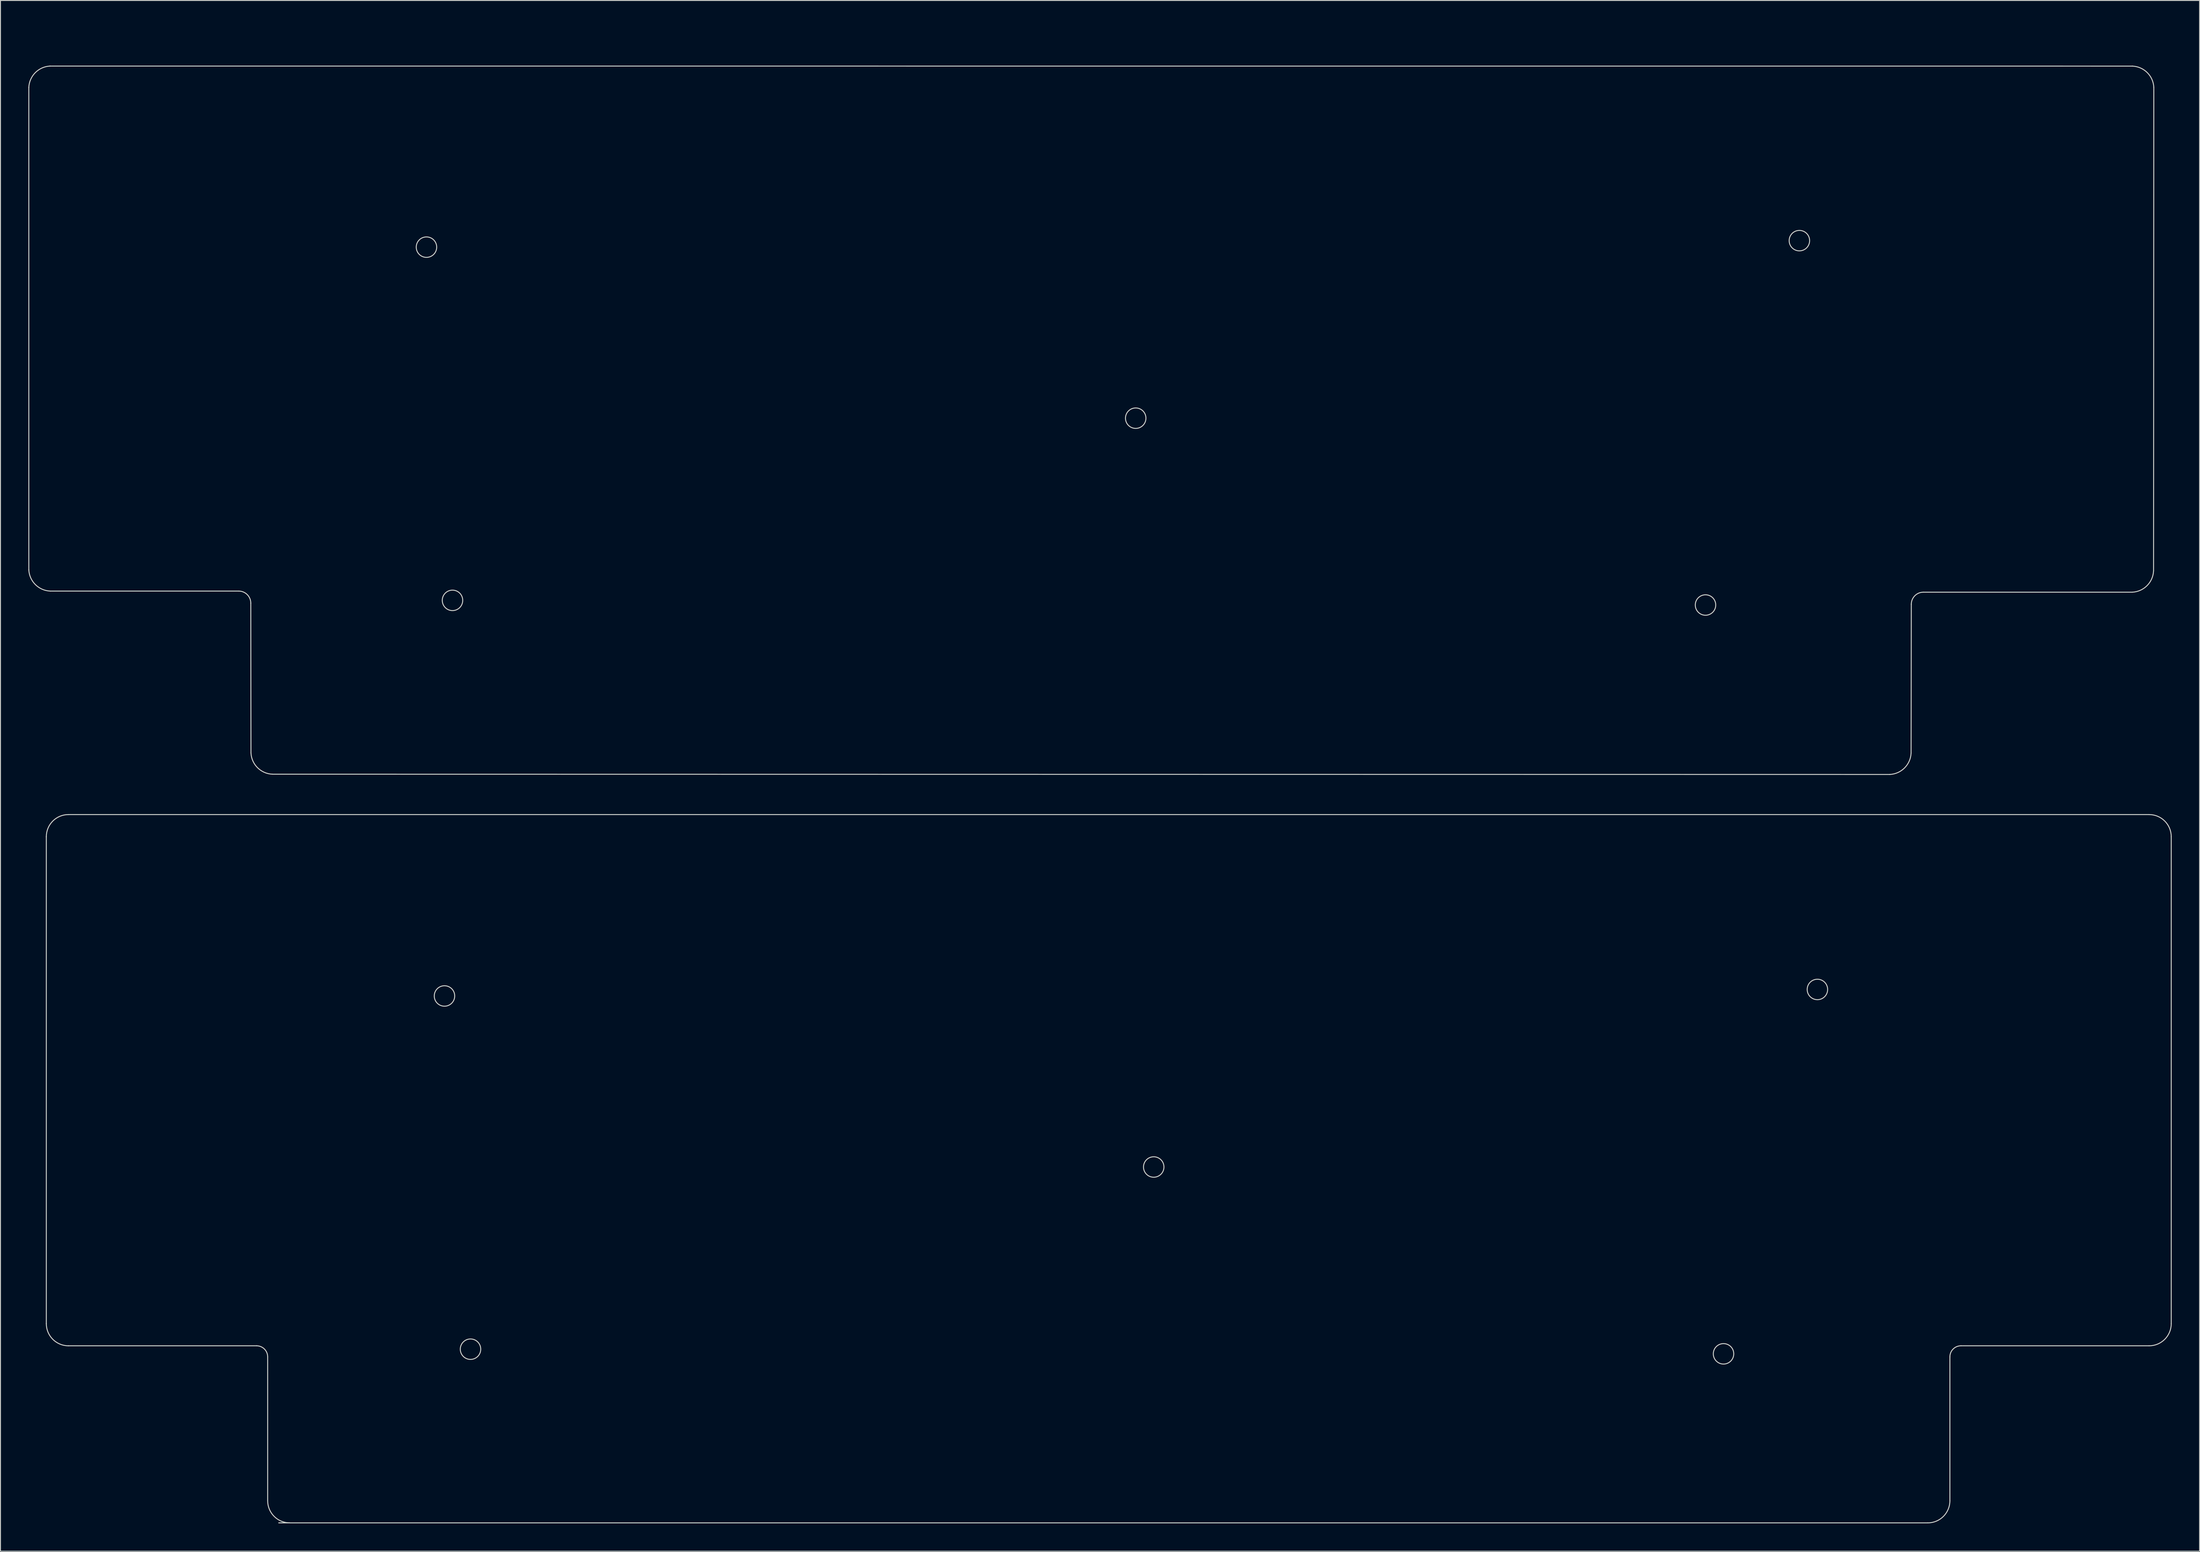
<source format=kicad_pcb>
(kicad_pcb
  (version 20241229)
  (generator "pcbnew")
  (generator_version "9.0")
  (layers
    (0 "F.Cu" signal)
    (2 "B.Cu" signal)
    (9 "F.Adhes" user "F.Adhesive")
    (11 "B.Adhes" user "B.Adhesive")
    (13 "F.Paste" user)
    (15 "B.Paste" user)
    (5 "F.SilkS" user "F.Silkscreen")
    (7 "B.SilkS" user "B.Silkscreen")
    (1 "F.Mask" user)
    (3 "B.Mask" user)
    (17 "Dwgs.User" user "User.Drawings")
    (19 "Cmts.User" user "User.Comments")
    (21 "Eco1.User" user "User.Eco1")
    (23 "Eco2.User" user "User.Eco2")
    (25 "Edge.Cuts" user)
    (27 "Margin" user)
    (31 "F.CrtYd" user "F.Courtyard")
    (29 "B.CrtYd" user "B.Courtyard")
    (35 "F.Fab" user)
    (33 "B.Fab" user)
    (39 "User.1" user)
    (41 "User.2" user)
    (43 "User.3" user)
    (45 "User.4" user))
  (footprint "m0ii040_PCB_Template_v1.0.1"
    (layer "F.Cu")
    (at 11.458 94.107)
    (property "Reference" "m0ii040_PCB_Template_v1.0.1" (at 0 -2.381 0) (unlocked yes) (layer "User.1") (effects (font (size 1 1) (thickness 0.15))))
    (fp_line (start -9.525 -7.144) (end -9.525 45.244) (stroke (width 0.1) (type solid)) (layer "Edge.Cuts"))
    (fp_line (start -7.144 47.625) (end 13.097 47.625) (stroke (width 0.1) (type solid)) (layer "Edge.Cuts"))
    (fp_line (start 14.287 48.816) (end 14.287 64.294) (stroke (width 0.1) (type solid)) (layer "Edge.Cuts"))
    (fp_line (start 15.478 66.675) (end 192.881 66.675) (stroke (width 0.1) (type solid)) (layer "Edge.Cuts"))
    (fp_line (start 195.262 64.294) (end 195.262 48.816) (stroke (width 0.1) (type solid)) (layer "Edge.Cuts"))
    (fp_line (start 196.453 47.625) (end 216.694 47.625) (stroke (width 0.1) (type solid)) (layer "Edge.Cuts"))
    (fp_line (start 216.694 -9.525) (end -7.144 -9.525) (stroke (width 0.1) (type solid)) (layer "Edge.Cuts"))
    (fp_line (start 219.075 45.244) (end 219.075 -7.144) (stroke (width 0.1) (type solid)) (layer "Edge.Cuts"))
    (fp_arc (start -9.525 -7.14375) (mid -8.827548 -8.827548) (end -7.14375 -9.525) (stroke (width 0.1) (type solid)) (layer "Edge.Cuts"))
    (fp_arc (start -7.14375 47.625) (mid -8.827548 46.927548) (end -9.525 45.24375) (stroke (width 0.1) (type solid)) (layer "Edge.Cuts"))
    (fp_arc (start 13.096875 47.625) (mid 13.938781 47.973719) (end 14.2875 48.815625) (stroke (width 0.1) (type solid)) (layer "Edge.Cuts"))
    (fp_arc (start 16.66875 66.675) (mid 14.984952 65.977548) (end 14.2875 64.29375) (stroke (width 0.1) (type solid)) (layer "Edge.Cuts"))
    (fp_arc (start 195.2625 48.815625) (mid 195.611219 47.973719) (end 196.453125 47.625) (stroke (width 0.1) (type solid)) (layer "Edge.Cuts"))
    (fp_arc (start 195.2625 64.29375) (mid 194.565033 65.977533) (end 192.88125 66.675) (stroke (width 0.1) (type solid)) (layer "Edge.Cuts"))
    (fp_arc (start 216.69375 -9.525) (mid 218.377533 -8.827533) (end 219.075 -7.14375) (stroke (width 0.1) (type solid)) (layer "Edge.Cuts"))
    (fp_arc (start 219.075 45.24375) (mid 218.377533 46.927533) (end 216.69375 47.625) (stroke (width 0.1) (type solid)) (layer "Edge.Cuts"))
    (fp_circle (center 33.31 9.99) (end 34.41 9.99) (stroke (width 0.1) (type solid)) (fill no) (layer "Edge.Cuts"))
    (fp_circle (center 36.11 47.99) (end 37.21 47.99) (stroke (width 0.1) (type solid)) (fill no) (layer "Edge.Cuts"))
    (fp_circle (center 109.61 28.39) (end 110.71 28.39) (stroke (width 0.1) (type solid)) (fill no) (layer "Edge.Cuts"))
    (fp_circle (center 170.91 48.49) (end 172.01 48.49) (stroke (width 0.1) (type solid)) (fill no) (layer "Edge.Cuts"))
    (fp_circle (center 181.01 9.29) (end 182.11 9.29) (stroke (width 0.1) (type solid)) (fill no) (layer "Edge.Cuts"))
    (fp_line (start 9.525 -10.716) (end 5.953 -10.716) (stroke (width 0.15) (type solid)) (layer "User.1"))
    (fp_line (start 9.525 -10.716) (end 13.169 -10.716) (stroke (width 0.15) (type solid)) (layer "User.1"))
    (fp_line (start 9.525 -4.763) (end 9.525 -10.716) (stroke (width 0.15) (type solid)) (layer "User.1"))
    (fp_circle (center 0 0) (end 1.191 0) (stroke (width 0.15) (type solid)) (fill no) (layer "User.1")))
  (footprint "M0ii040_PCB_Template"
    (layer "F.Cu")
    (at 9.52 13.548)
    (property "Reference" "M0ii040_PCB_Template" (at 0 -2.54 0) (unlocked yes) (layer "User.1") (effects (font (size 1 1) (thickness 0.15))))
    (fp_line (start -9.47 44.71) (end -9.47 -7.19) (stroke (width 0.1) (type solid)) (layer "Edge.Cuts"))
    (fp_line (start -7.189 -9.49) (end 216.839 -9.485) (stroke (width 0.1) (type solid)) (layer "Edge.Cuts"))
    (fp_line (start 13.111 46.991) (end -7.17 46.991) (stroke (width 0.1) (type solid)) (layer "Edge.Cuts"))
    (fp_line (start 14.411 48.291) (end 14.43 64.41) (stroke (width 0.1) (type solid)) (layer "Edge.Cuts"))
    (fp_line (start 190.744 66.719) (end 16.73 66.691) (stroke (width 0.1) (type solid)) (layer "Edge.Cuts"))
    (fp_line (start 193.049 48.41) (end 193.025 64.419) (stroke (width 0.1) (type solid)) (layer "Edge.Cuts"))
    (fp_line (start 216.83 47.11) (end 194.349 47.11) (stroke (width 0.1) (type solid)) (layer "Edge.Cuts"))
    (fp_line (start 219.139 -7.204) (end 219.111 44.81) (stroke (width 0.1) (type solid)) (layer "Edge.Cuts"))
    (fp_arc (start -9.47 -7.19) (mid -8.774767 -8.781424) (end -7.189239 -9.49) (stroke (width 0.1) (type solid)) (layer "Edge.Cuts"))
    (fp_arc (start -7.17 46.990761) (mid -8.761434 46.295538) (end -9.47 44.71) (stroke (width 0.1) (type solid)) (layer "Edge.Cuts"))
    (fp_arc (start 13.110761 46.990761) (mid 14.030054 47.371467) (end 14.410761 48.290761) (stroke (width 0.1) (type solid)) (layer "Edge.Cuts"))
    (fp_arc (start 16.73 66.690761) (mid 15.138564 65.995536) (end 14.43 64.41) (stroke (width 0.1) (type solid)) (layer "Edge.Cuts"))
    (fp_arc (start 193.025223 64.418566) (mid 192.330007 66.01001) (end 190.744462 66.718566) (stroke (width 0.1) (type solid)) (layer "Edge.Cuts"))
    (fp_arc (start 193.049239 48.41) (mid 193.430003 47.490775) (end 194.349239 47.11) (stroke (width 0.1) (type solid)) (layer "Edge.Cuts"))
    (fp_arc (start 216.838566 -9.485223) (mid 218.43001 -8.790007) (end 219.138566 -7.204462) (stroke (width 0.1) (type solid)) (layer "Edge.Cuts"))
    (fp_arc (start 219.110761 44.81) (mid 218.415536 46.401436) (end 216.83 47.11) (stroke (width 0.1) (type solid)) (layer "Edge.Cuts"))
    (fp_circle (center 33.31 9.99) (end 34.41 9.99) (stroke (width 0.1) (type solid)) (fill no) (layer "Edge.Cuts"))
    (fp_circle (center 36.11 47.99) (end 37.21 47.99) (stroke (width 0.1) (type solid)) (fill no) (layer "Edge.Cuts"))
    (fp_circle (center 109.61 28.39) (end 110.71 28.39) (stroke (width 0.1) (type solid)) (fill no) (layer "Edge.Cuts"))
    (fp_circle (center 170.91 48.49) (end 172.01 48.49) (stroke (width 0.1) (type solid)) (fill no) (layer "Edge.Cuts"))
    (fp_circle (center 181.01 9.29) (end 182.11 9.29) (stroke (width 0.1) (type solid)) (fill no) (layer "Edge.Cuts"))
    (fp_line (start -1.191 0) (end 1.191 0) (stroke (width 0.1) (type solid)) (layer "User.1"))
    (fp_line (start 0 -1.191) (end 0 1.191) (stroke (width 0.1) (type solid)) (layer "User.1"))
    (fp_line (start 5.06 -11.013) (end 13.99 -11.013) (stroke (width 0.1) (type solid)) (layer "User.1"))
    (fp_line (start 9.525 -11.013) (end 9.525 -4.762) (stroke (width 0.1) (type solid)) (layer "User.1"))
    (fp_circle (center 0 0) (end 1.191 0) (stroke (width 0.1) (type solid)) (fill no) (layer "User.1"))
    (fp_text user "CONNECTOR Upper Limit" (at 10.16 -12.7 0) (unlocked yes) (layer "User.1") (effects (font (size 1 1) (thickness 0.15))))
    (fp_text user "${REFERENCE}" (at 0 -5.08 0) (unlocked yes) (layer "User.1") (effects (font (size 1 1) (thickness 0.15)))))
  (gr_rect
    (start -3 -3)
    (end 233.583 163.832)
    (stroke (width 0.1) (type default))
    (fill no)
    (layer "Edge.Cuts")))
</source>
